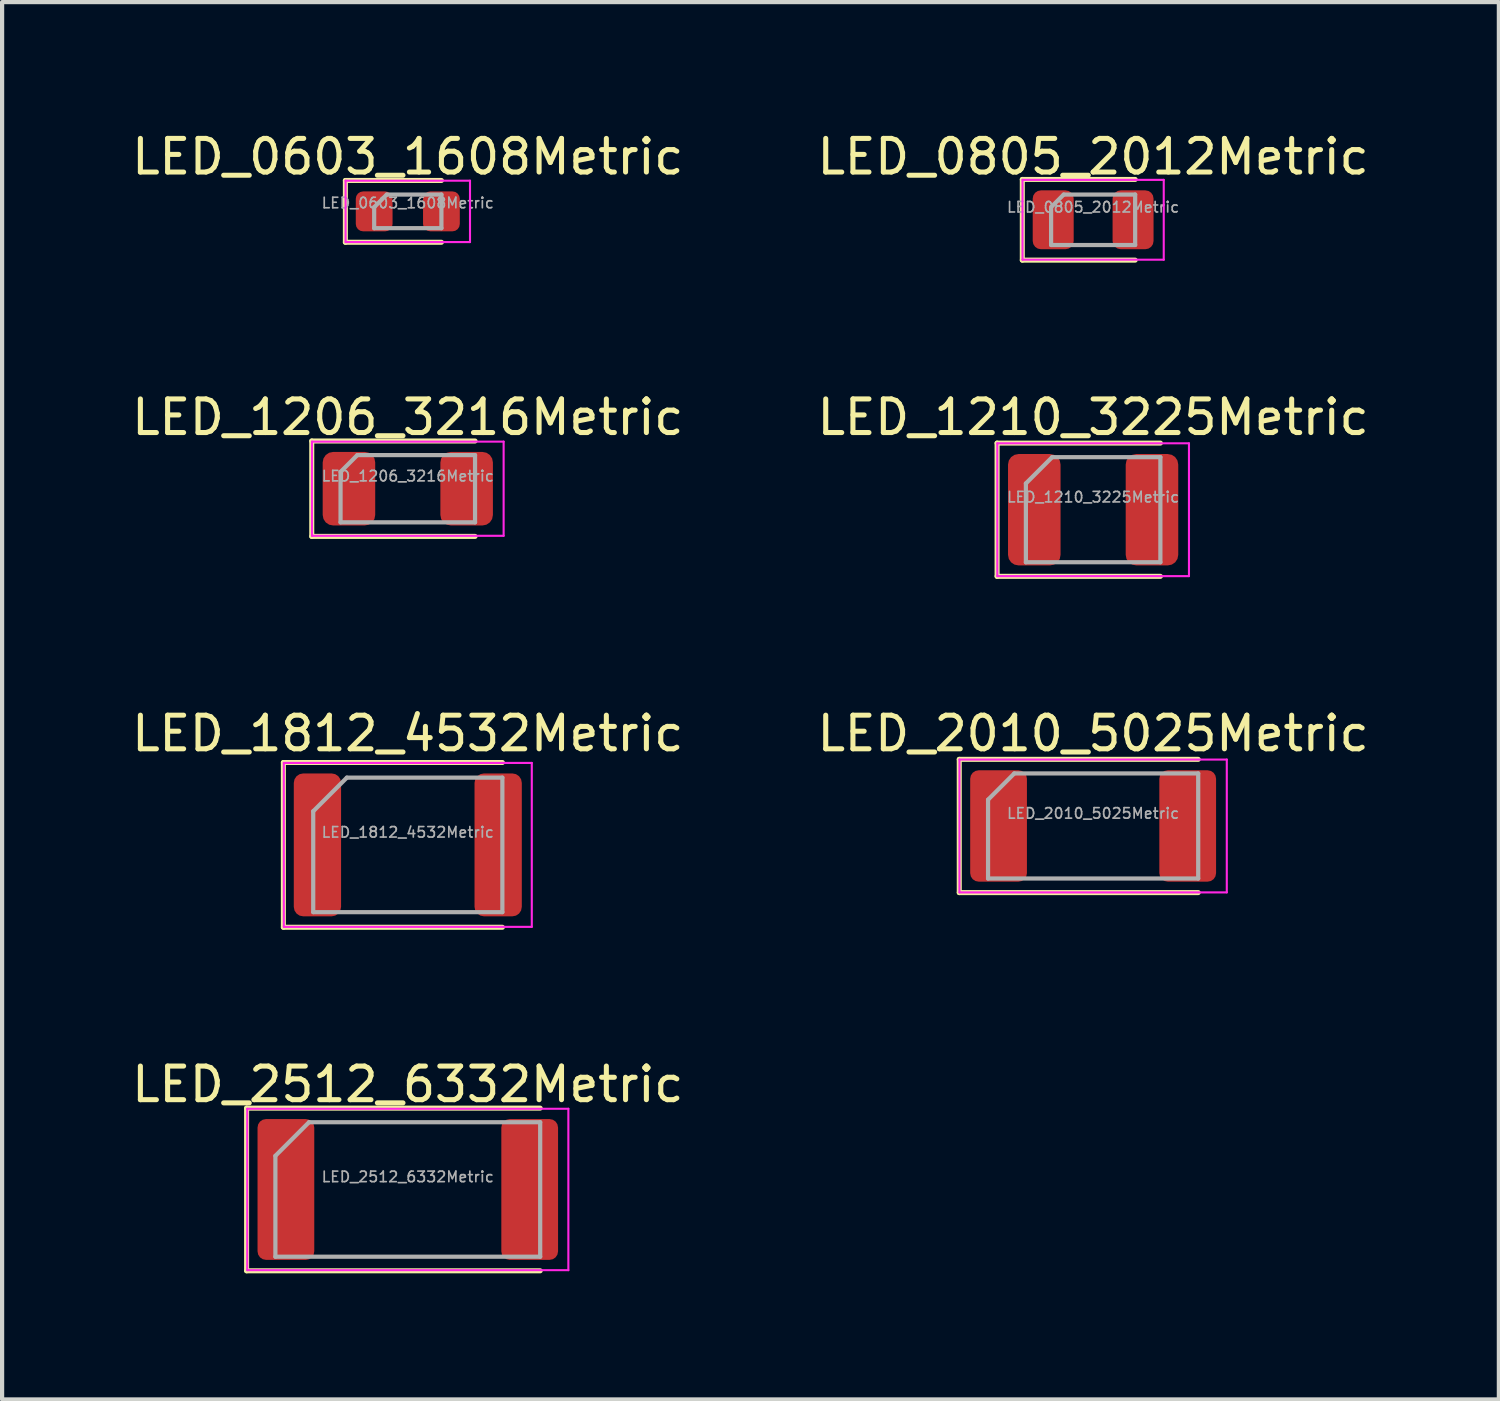
<source format=kicad_pcb>
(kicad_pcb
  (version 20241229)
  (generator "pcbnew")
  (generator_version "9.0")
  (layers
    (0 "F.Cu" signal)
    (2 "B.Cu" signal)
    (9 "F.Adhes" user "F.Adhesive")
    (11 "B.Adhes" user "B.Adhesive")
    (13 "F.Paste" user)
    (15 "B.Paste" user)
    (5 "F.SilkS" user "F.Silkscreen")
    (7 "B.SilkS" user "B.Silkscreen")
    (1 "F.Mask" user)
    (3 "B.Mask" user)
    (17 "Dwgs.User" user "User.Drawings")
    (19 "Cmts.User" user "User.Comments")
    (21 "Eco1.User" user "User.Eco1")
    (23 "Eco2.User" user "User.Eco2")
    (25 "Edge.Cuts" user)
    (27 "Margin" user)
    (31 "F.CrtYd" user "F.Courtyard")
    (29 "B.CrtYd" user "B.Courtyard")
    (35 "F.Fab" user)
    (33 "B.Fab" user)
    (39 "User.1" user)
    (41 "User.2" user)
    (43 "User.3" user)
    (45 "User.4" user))
  (footprint "LED_2010_5025Metric"
    (layer "F.Cu")
    (at 22.957 16.601)
    (property "Reference" "LED_2010_5025Metric" (at 0 -2.2 0) (layer "F.SilkS") (effects (font (size 0.8 0.8) (thickness 0.12))))
    (attr smd)
    (fp_line (start -3.185 -1.585) (end -3.185 1.585) (stroke (width 0.12) (type solid)) (layer "F.SilkS"))
    (fp_line (start -3.185 1.585) (end 2.5 1.585) (stroke (width 0.12) (type solid)) (layer "F.SilkS"))
    (fp_line (start 2.5 -1.585) (end -3.185 -1.585) (stroke (width 0.12) (type solid)) (layer "F.SilkS"))
    (fp_line (start -3.18 -1.58) (end 3.18 -1.58) (stroke (width 0.05) (type solid)) (layer "F.CrtYd"))
    (fp_line (start -3.18 1.58) (end -3.18 -1.58) (stroke (width 0.05) (type solid)) (layer "F.CrtYd"))
    (fp_line (start 3.18 -1.58) (end 3.18 1.58) (stroke (width 0.05) (type solid)) (layer "F.CrtYd"))
    (fp_line (start 3.18 1.58) (end -3.18 1.58) (stroke (width 0.05) (type solid)) (layer "F.CrtYd"))
    (fp_line (start -2.5 -0.625) (end -2.5 1.25) (stroke (width 0.1) (type solid)) (layer "F.Fab"))
    (fp_line (start -2.5 1.25) (end 2.5 1.25) (stroke (width 0.1) (type solid)) (layer "F.Fab"))
    (fp_line (start -1.875 -1.25) (end -2.5 -0.625) (stroke (width 0.1) (type solid)) (layer "F.Fab"))
    (fp_line (start 2.5 -1.25) (end -1.875 -1.25) (stroke (width 0.1) (type solid)) (layer "F.Fab"))
    (fp_line (start 2.5 1.25) (end 2.5 -1.25) (stroke (width 0.1) (type solid)) (layer "F.Fab"))
    (fp_text user "${REFERENCE}" (at 0 -0.3 0) (layer "F.Fab") (effects (font (size 0.25 0.25) (thickness 0.04))))
    (pad "1" smd roundrect (at -2.25 0) (size 1.35 2.65) (layers "F.Cu" "F.Mask" "F.Paste") (roundrect_rratio 0.15))
    (pad "2" smd roundrect (at 2.25 0) (size 1.35 2.65) (layers "F.Cu" "F.Mask" "F.Paste") (roundrect_rratio 0.15)))
  (footprint "LED_0805_2012Metric"
    (layer "F.Cu")
    (at 22.957 2.179)
    (property "Reference" "LED_0805_2012Metric" (at 0 -1.5 0) (layer "F.SilkS") (effects (font (size 0.8 0.8) (thickness 0.12))))
    (attr smd)
    (fp_line (start -1.685 -0.96) (end -1.685 0.96) (stroke (width 0.12) (type solid)) (layer "F.SilkS"))
    (fp_line (start -1.685 0.96) (end 1 0.96) (stroke (width 0.12) (type solid)) (layer "F.SilkS"))
    (fp_line (start 1 -0.96) (end -1.685 -0.96) (stroke (width 0.12) (type solid)) (layer "F.SilkS"))
    (fp_line (start -1.68 -0.95) (end 1.68 -0.95) (stroke (width 0.05) (type solid)) (layer "F.CrtYd"))
    (fp_line (start -1.68 0.95) (end -1.68 -0.95) (stroke (width 0.05) (type solid)) (layer "F.CrtYd"))
    (fp_line (start 1.68 -0.95) (end 1.68 0.95) (stroke (width 0.05) (type solid)) (layer "F.CrtYd"))
    (fp_line (start 1.68 0.95) (end -1.68 0.95) (stroke (width 0.05) (type solid)) (layer "F.CrtYd"))
    (fp_line (start -1 -0.3) (end -1 0.6) (stroke (width 0.1) (type solid)) (layer "F.Fab"))
    (fp_line (start -1 0.6) (end 1 0.6) (stroke (width 0.1) (type solid)) (layer "F.Fab"))
    (fp_line (start -0.7 -0.6) (end -1 -0.3) (stroke (width 0.1) (type solid)) (layer "F.Fab"))
    (fp_line (start 1 -0.6) (end -0.7 -0.6) (stroke (width 0.1) (type solid)) (layer "F.Fab"))
    (fp_line (start 1 0.6) (end 1 -0.6) (stroke (width 0.1) (type solid)) (layer "F.Fab"))
    (fp_text user "${REFERENCE}" (at 0 -0.3 0) (layer "F.Fab") (effects (font (size 0.25 0.25) (thickness 0.04))))
    (pad "1" smd roundrect (at -0.95 0) (size 0.975 1.4) (layers "F.Cu" "F.Mask" "F.Paste") (roundrect_rratio 0.2))
    (pad "2" smd roundrect (at 0.95 0) (size 0.975 1.4) (layers "F.Cu" "F.Mask" "F.Paste") (roundrect_rratio 0.2)))
  (footprint "LED_1812_4532Metric"
    (layer "F.Cu")
    (at 6.652 17.051)
    (property "Reference" "LED_1812_4532Metric" (at 0 -2.65 0) (layer "F.SilkS") (effects (font (size 0.8 0.8) (thickness 0.12))))
    (attr smd)
    (fp_line (start -2.96 -1.96) (end -2.96 1.96) (stroke (width 0.12) (type solid)) (layer "F.SilkS"))
    (fp_line (start -2.96 1.96) (end 2.25 1.96) (stroke (width 0.12) (type solid)) (layer "F.SilkS"))
    (fp_line (start 2.25 -1.96) (end -2.96 -1.96) (stroke (width 0.12) (type solid)) (layer "F.SilkS"))
    (fp_line (start -2.95 -1.95) (end 2.95 -1.95) (stroke (width 0.05) (type solid)) (layer "F.CrtYd"))
    (fp_line (start -2.95 1.95) (end -2.95 -1.95) (stroke (width 0.05) (type solid)) (layer "F.CrtYd"))
    (fp_line (start 2.95 -1.95) (end 2.95 1.95) (stroke (width 0.05) (type solid)) (layer "F.CrtYd"))
    (fp_line (start 2.95 1.95) (end -2.95 1.95) (stroke (width 0.05) (type solid)) (layer "F.CrtYd"))
    (fp_line (start -2.25 -0.8) (end -2.25 1.6) (stroke (width 0.1) (type solid)) (layer "F.Fab"))
    (fp_line (start -2.25 1.6) (end 2.25 1.6) (stroke (width 0.1) (type solid)) (layer "F.Fab"))
    (fp_line (start -1.45 -1.6) (end -2.25 -0.8) (stroke (width 0.1) (type solid)) (layer "F.Fab"))
    (fp_line (start 2.25 -1.6) (end -1.45 -1.6) (stroke (width 0.1) (type solid)) (layer "F.Fab"))
    (fp_line (start 2.25 1.6) (end 2.25 -1.6) (stroke (width 0.1) (type solid)) (layer "F.Fab"))
    (fp_text user "${REFERENCE}" (at 0 -0.3 0) (layer "F.Fab") (effects (font (size 0.25 0.25) (thickness 0.04))))
    (pad "1" smd roundrect (at -2.15 0) (size 1.125 3.4) (layers "F.Cu" "F.Mask" "F.Paste") (roundrect_rratio 0.2))
    (pad "2" smd roundrect (at 2.15 0) (size 1.125 3.4) (layers "F.Cu" "F.Mask" "F.Paste") (roundrect_rratio 0.2)))
  (footprint "LED_1206_3216Metric"
    (layer "F.Cu")
    (at 6.652 8.577)
    (property "Reference" "LED_1206_3216Metric" (at 0 -1.7 0) (layer "F.SilkS") (effects (font (size 0.8 0.8) (thickness 0.12))))
    (attr smd)
    (fp_line (start -2.285 -1.135) (end -2.285 1.135) (stroke (width 0.12) (type solid)) (layer "F.SilkS"))
    (fp_line (start -2.285 1.135) (end 1.6 1.135) (stroke (width 0.12) (type solid)) (layer "F.SilkS"))
    (fp_line (start 1.6 -1.135) (end -2.285 -1.135) (stroke (width 0.12) (type solid)) (layer "F.SilkS"))
    (fp_line (start -2.28 -1.12) (end 2.28 -1.12) (stroke (width 0.05) (type solid)) (layer "F.CrtYd"))
    (fp_line (start -2.28 1.12) (end -2.28 -1.12) (stroke (width 0.05) (type solid)) (layer "F.CrtYd"))
    (fp_line (start 2.28 -1.12) (end 2.28 1.12) (stroke (width 0.05) (type solid)) (layer "F.CrtYd"))
    (fp_line (start 2.28 1.12) (end -2.28 1.12) (stroke (width 0.05) (type solid)) (layer "F.CrtYd"))
    (fp_line (start -1.6 -0.4) (end -1.6 0.8) (stroke (width 0.1) (type solid)) (layer "F.Fab"))
    (fp_line (start -1.6 0.8) (end 1.6 0.8) (stroke (width 0.1) (type solid)) (layer "F.Fab"))
    (fp_line (start -1.2 -0.8) (end -1.6 -0.4) (stroke (width 0.1) (type solid)) (layer "F.Fab"))
    (fp_line (start 1.6 -0.8) (end -1.2 -0.8) (stroke (width 0.1) (type solid)) (layer "F.Fab"))
    (fp_line (start 1.6 0.8) (end 1.6 -0.8) (stroke (width 0.1) (type solid)) (layer "F.Fab"))
    (fp_text user "${REFERENCE}" (at 0 -0.3 0) (layer "F.Fab") (effects (font (size 0.25 0.25) (thickness 0.04))))
    (pad "1" smd roundrect (at -1.4 0) (size 1.25 1.75) (layers "F.Cu" "F.Mask" "F.Paste") (roundrect_rratio 0.2))
    (pad "2" smd roundrect (at 1.4 0) (size 1.25 1.75) (layers "F.Cu" "F.Mask" "F.Paste") (roundrect_rratio 0.2)))
  (footprint "LED_0603_1608Metric"
    (layer "F.Cu")
    (at 6.652 1.979)
    (property "Reference" "LED_0603_1608Metric" (at 0 -1.3 0) (layer "F.SilkS") (effects (font (size 0.8 0.8) (thickness 0.12))))
    (attr smd)
    (fp_line (start -1.485 -0.735) (end -1.485 0.735) (stroke (width 0.12) (type solid)) (layer "F.SilkS"))
    (fp_line (start -1.485 0.735) (end 0.8 0.735) (stroke (width 0.12) (type solid)) (layer "F.SilkS"))
    (fp_line (start 0.8 -0.735) (end -1.485 -0.735) (stroke (width 0.12) (type solid)) (layer "F.SilkS"))
    (fp_line (start -1.48 -0.73) (end 1.48 -0.73) (stroke (width 0.05) (type solid)) (layer "F.CrtYd"))
    (fp_line (start -1.48 0.73) (end -1.48 -0.73) (stroke (width 0.05) (type solid)) (layer "F.CrtYd"))
    (fp_line (start 1.48 -0.73) (end 1.48 0.73) (stroke (width 0.05) (type solid)) (layer "F.CrtYd"))
    (fp_line (start 1.48 0.73) (end -1.48 0.73) (stroke (width 0.05) (type solid)) (layer "F.CrtYd"))
    (fp_line (start -0.8 -0.1) (end -0.8 0.4) (stroke (width 0.1) (type solid)) (layer "F.Fab"))
    (fp_line (start -0.8 0.4) (end 0.8 0.4) (stroke (width 0.1) (type solid)) (layer "F.Fab"))
    (fp_line (start -0.5 -0.4) (end -0.8 -0.1) (stroke (width 0.1) (type solid)) (layer "F.Fab"))
    (fp_line (start 0.8 -0.4) (end -0.5 -0.4) (stroke (width 0.1) (type solid)) (layer "F.Fab"))
    (fp_line (start 0.8 0.4) (end 0.8 -0.4) (stroke (width 0.1) (type solid)) (layer "F.Fab"))
    (fp_text user "${REFERENCE}" (at 0 -0.2 0) (layer "F.Fab") (effects (font (size 0.25 0.25) (thickness 0.04))))
    (pad "1" smd roundrect (at -0.8 0) (size 0.875 0.95) (layers "F.Cu" "F.Mask" "F.Paste") (roundrect_rratio 0.2))
    (pad "2" smd roundrect (at 0.8 0) (size 0.875 0.95) (layers "F.Cu" "F.Mask" "F.Paste") (roundrect_rratio 0.2)))
  (footprint "LED_1210_3225Metric"
    (layer "F.Cu")
    (at 22.957 9.077)
    (property "Reference" "LED_1210_3225Metric" (at 0 -2.2 0) (layer "F.SilkS") (effects (font (size 0.8 0.8) (thickness 0.12))))
    (attr smd)
    (fp_line (start -2.285 -1.585) (end -2.285 1.585) (stroke (width 0.12) (type solid)) (layer "F.SilkS"))
    (fp_line (start -2.285 1.585) (end 1.6 1.585) (stroke (width 0.12) (type solid)) (layer "F.SilkS"))
    (fp_line (start 1.6 -1.585) (end -2.285 -1.585) (stroke (width 0.12) (type solid)) (layer "F.SilkS"))
    (fp_line (start -2.28 -1.58) (end 2.28 -1.58) (stroke (width 0.05) (type solid)) (layer "F.CrtYd"))
    (fp_line (start -2.28 1.58) (end -2.28 -1.58) (stroke (width 0.05) (type solid)) (layer "F.CrtYd"))
    (fp_line (start 2.28 -1.58) (end 2.28 1.58) (stroke (width 0.05) (type solid)) (layer "F.CrtYd"))
    (fp_line (start 2.28 1.58) (end -2.28 1.58) (stroke (width 0.05) (type solid)) (layer "F.CrtYd"))
    (fp_line (start -1.6 -0.625) (end -1.6 1.25) (stroke (width 0.1) (type solid)) (layer "F.Fab"))
    (fp_line (start -1.6 1.25) (end 1.6 1.25) (stroke (width 0.1) (type solid)) (layer "F.Fab"))
    (fp_line (start -0.975 -1.25) (end -1.6 -0.625) (stroke (width 0.1) (type solid)) (layer "F.Fab"))
    (fp_line (start 1.6 -1.25) (end -0.975 -1.25) (stroke (width 0.1) (type solid)) (layer "F.Fab"))
    (fp_line (start 1.6 1.25) (end 1.6 -1.25) (stroke (width 0.1) (type solid)) (layer "F.Fab"))
    (fp_text user "${REFERENCE}" (at 0 -0.3 0) (layer "F.Fab") (effects (font (size 0.25 0.25) (thickness 0.04))))
    (pad "1" smd roundrect (at -1.4 0) (size 1.25 2.65) (layers "F.Cu" "F.Mask" "F.Paste") (roundrect_rratio 0.2))
    (pad "2" smd roundrect (at 1.4 0) (size 1.25 2.65) (layers "F.Cu" "F.Mask" "F.Paste") (roundrect_rratio 0.2)))
  (footprint "LED_2512_6332Metric"
    (layer "F.Cu")
    (at 6.652 25.249)
    (property "Reference" "LED_2512_6332Metric" (at 0 -2.5 0) (layer "F.SilkS") (effects (font (size 0.8 0.8) (thickness 0.12))))
    (attr smd)
    (fp_line (start -3.835 -1.935) (end -3.835 1.935) (stroke (width 0.12) (type solid)) (layer "F.SilkS"))
    (fp_line (start -3.835 1.935) (end 3.15 1.935) (stroke (width 0.12) (type solid)) (layer "F.SilkS"))
    (fp_line (start 3.15 -1.935) (end -3.835 -1.935) (stroke (width 0.12) (type solid)) (layer "F.SilkS"))
    (fp_line (start -3.82 -1.92) (end 3.82 -1.92) (stroke (width 0.05) (type solid)) (layer "F.CrtYd"))
    (fp_line (start -3.82 1.92) (end -3.82 -1.92) (stroke (width 0.05) (type solid)) (layer "F.CrtYd"))
    (fp_line (start 3.82 -1.92) (end 3.82 1.92) (stroke (width 0.05) (type solid)) (layer "F.CrtYd"))
    (fp_line (start 3.82 1.92) (end -3.82 1.92) (stroke (width 0.05) (type solid)) (layer "F.CrtYd"))
    (fp_line (start -3.15 -0.8) (end -3.15 1.6) (stroke (width 0.1) (type solid)) (layer "F.Fab"))
    (fp_line (start -3.15 1.6) (end 3.15 1.6) (stroke (width 0.1) (type solid)) (layer "F.Fab"))
    (fp_line (start -2.35 -1.6) (end -3.15 -0.8) (stroke (width 0.1) (type solid)) (layer "F.Fab"))
    (fp_line (start 3.15 -1.6) (end -2.35 -1.6) (stroke (width 0.1) (type solid)) (layer "F.Fab"))
    (fp_line (start 3.15 1.6) (end 3.15 -1.6) (stroke (width 0.1) (type solid)) (layer "F.Fab"))
    (fp_text user "${REFERENCE}" (at 0 -0.3 0) (layer "F.Fab") (effects (font (size 0.25 0.25) (thickness 0.04))))
    (pad "1" smd roundrect (at -2.9 0) (size 1.35 3.35) (layers "F.Cu" "F.Mask" "F.Paste") (roundrect_rratio 0.15))
    (pad "2" smd roundrect (at 2.9 0) (size 1.35 3.35) (layers "F.Cu" "F.Mask" "F.Paste") (roundrect_rratio 0.15)))
  (gr_rect
    (start -3 -3)
    (end 32.61 30.244)
    (stroke (width 0.1) (type default))
    (fill no)
    (layer "Edge.Cuts")))
</source>
